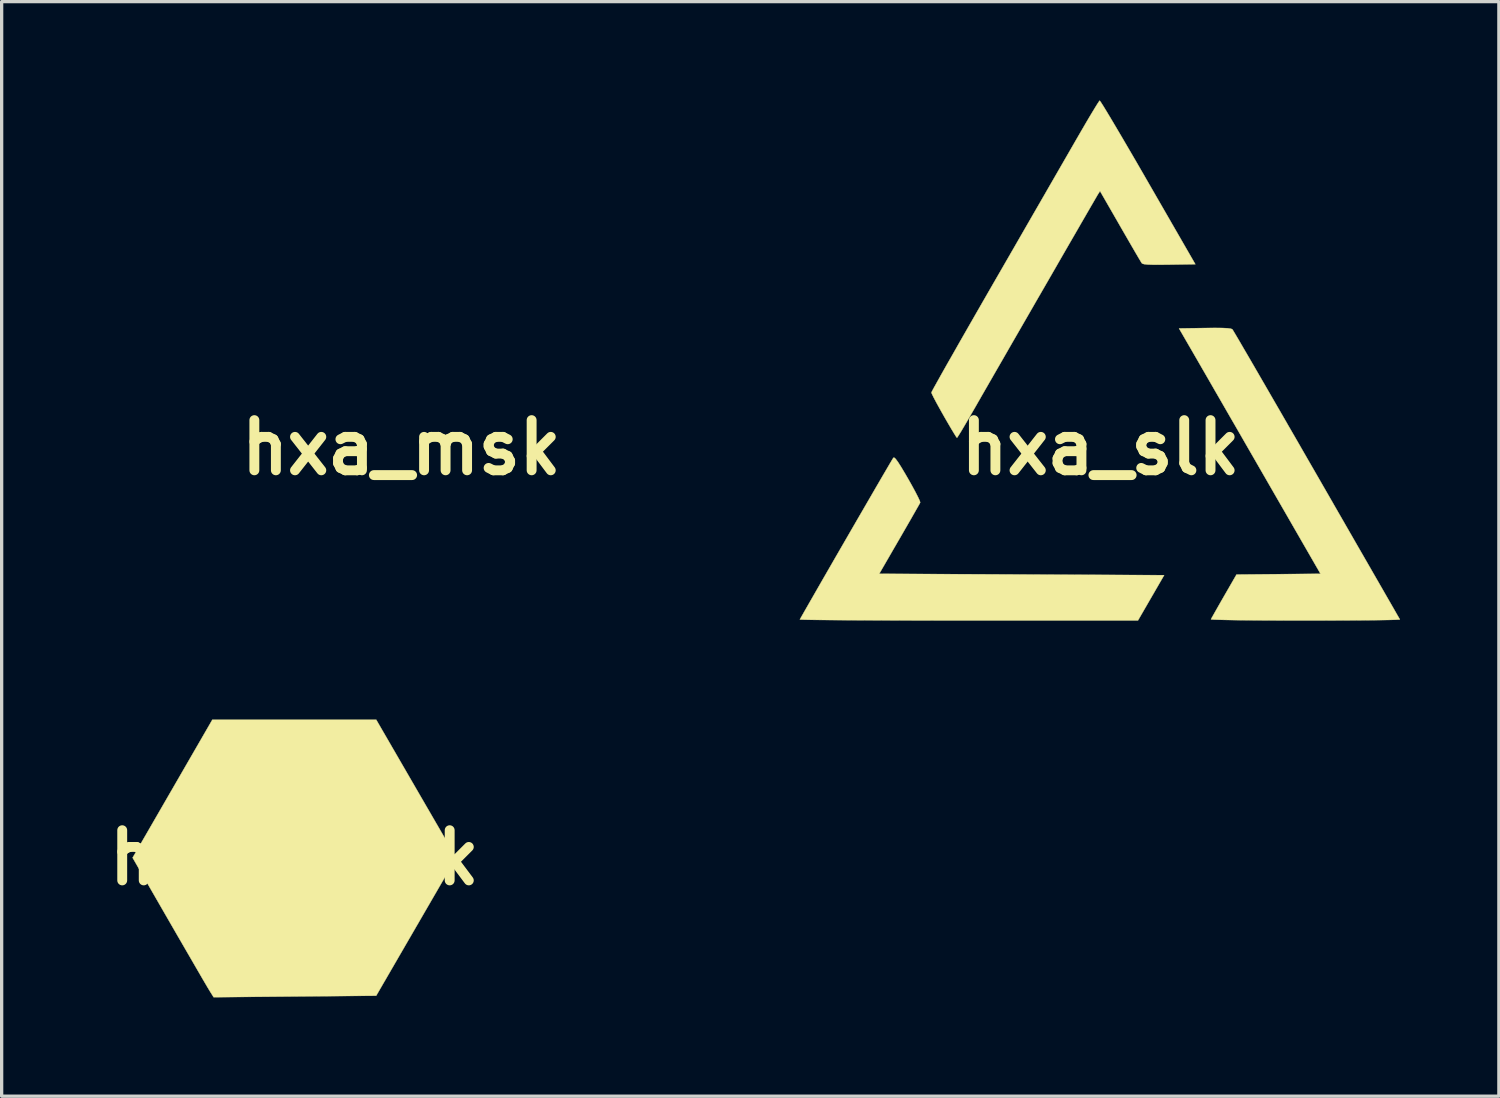
<source format=kicad_pcb>
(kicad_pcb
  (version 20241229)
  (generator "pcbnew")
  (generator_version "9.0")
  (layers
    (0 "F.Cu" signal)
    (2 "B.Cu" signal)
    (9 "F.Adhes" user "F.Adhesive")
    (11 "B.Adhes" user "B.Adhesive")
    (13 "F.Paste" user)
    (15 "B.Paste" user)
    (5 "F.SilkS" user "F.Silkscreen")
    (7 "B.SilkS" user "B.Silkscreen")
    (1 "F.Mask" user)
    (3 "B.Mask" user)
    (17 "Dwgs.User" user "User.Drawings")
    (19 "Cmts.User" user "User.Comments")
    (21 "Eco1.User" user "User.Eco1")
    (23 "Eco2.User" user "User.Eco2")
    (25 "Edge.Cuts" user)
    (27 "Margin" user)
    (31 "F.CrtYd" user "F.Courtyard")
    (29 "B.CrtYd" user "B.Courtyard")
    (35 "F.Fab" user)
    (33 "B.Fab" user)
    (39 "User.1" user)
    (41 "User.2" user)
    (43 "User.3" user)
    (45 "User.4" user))
  (footprint "hxa_msk"
    (layer "F.Cu")
    (at 9.136 10.54)
    (property "Reference" "hxa_msk" (at 0 0 0) (layer "F.SilkS") (effects (font (size 1.524 1.524) (thickness 0.3))))
    (attr through_hole)
    (fp_poly (pts (xy -6.218 0.347) (xy -6.15 0.439) (xy -6.055 0.588) (xy -5.927 0.803) (xy -5.849 0.937) (xy -5.726 1.155) (xy -5.621 1.349) (xy -5.54 1.508) (xy -5.489 1.618) (xy -5.476 1.667) (xy -5.501 1.715) (xy -5.564 1.826) (xy -5.658 1.991) (xy -5.777 2.2) (xy -5.918 2.444) (xy -6.073 2.713) (xy -6.108 2.773) (xy -6.72 3.831) (xy -2.394 3.852) (xy 1.931 3.873) (xy 1.533 4.561) (xy 1.135 5.249) (xy -4.007 5.249) (xy -4.659 5.249) (xy -5.286 5.248) (xy -5.885 5.247) (xy -6.449 5.245) (xy -6.973 5.243) (xy -7.453 5.241) (xy -7.883 5.238) (xy -8.257 5.235) (xy -8.572 5.232) (xy -8.822 5.229) (xy -9.001 5.225) (xy -9.105 5.221) (xy -9.131 5.218) (xy -8.998 4.984) (xy -8.84 4.708) (xy -8.661 4.396) (xy -8.466 4.056) (xy -8.258 3.695) (xy -8.042 3.319) (xy -7.821 2.937) (xy -7.6 2.555) (xy -7.384 2.181) (xy -7.175 1.821) (xy -6.979 1.483) (xy -6.8 1.174) (xy -6.641 0.901) (xy -6.506 0.67) (xy -6.401 0.491) (xy -6.328 0.368) (xy -6.293 0.311) (xy -6.29 0.307) (xy -6.263 0.305) (xy -6.218 0.347)) (stroke (width 0.01) (type solid)) (fill yes) (layer "F.Mask"))
    (fp_poly (pts (xy 3.688 -3.632) (xy 3.845 -3.625) (xy 3.944 -3.613) (xy 3.996 -3.595) (xy 4.003 -3.589) (xy 4.03 -3.546) (xy 4.097 -3.434) (xy 4.201 -3.258) (xy 4.338 -3.022) (xy 4.508 -2.731) (xy 4.706 -2.39) (xy 4.93 -2.003) (xy 5.178 -1.574) (xy 5.447 -1.109) (xy 5.734 -0.611) (xy 6.037 -0.086) (xy 6.352 0.462) (xy 6.562 0.826) (xy 6.884 1.385) (xy 7.194 1.925) (xy 7.49 2.439) (xy 7.769 2.925) (xy 8.029 3.376) (xy 8.266 3.788) (xy 8.479 4.158) (xy 8.664 4.48) (xy 8.819 4.749) (xy 8.941 4.962) (xy 9.028 5.114) (xy 9.078 5.199) (xy 9.088 5.218) (xy 9.05 5.223) (xy 8.934 5.228) (xy 8.747 5.233) (xy 8.496 5.237) (xy 8.188 5.241) (xy 7.828 5.244) (xy 7.425 5.246) (xy 6.985 5.248) (xy 6.515 5.249) (xy 6.222 5.249) (xy 5.737 5.249) (xy 5.278 5.247) (xy 4.851 5.245) (xy 4.464 5.242) (xy 4.124 5.238) (xy 3.837 5.233) (xy 3.611 5.228) (xy 3.451 5.223) (xy 3.365 5.217) (xy 3.351 5.213) (xy 3.376 5.166) (xy 3.436 5.059) (xy 3.525 4.902) (xy 3.634 4.71) (xy 3.746 4.515) (xy 4.127 3.854) (xy 5.402 3.842) (xy 6.677 3.831) (xy 5.019 0.953) (xy 4.743 0.474) (xy 4.468 -0.003) (xy 4.2 -0.469) (xy 3.941 -0.917) (xy 3.698 -1.339) (xy 3.474 -1.727) (xy 3.275 -2.073) (xy 3.104 -2.369) (xy 2.967 -2.607) (xy 2.871 -2.773) (xy 2.381 -3.619) (xy 3.167 -3.631) (xy 3.465 -3.634) (xy 3.688 -3.632)) (stroke (width 0.01) (type solid)) (fill yes) (layer "F.Mask"))
    (fp_poly (pts (xy -0.001 -10.502) (xy 0.065 -10.4) (xy 0.165 -10.237) (xy 0.297 -10.018) (xy 0.456 -9.75) (xy 0.64 -9.438) (xy 0.845 -9.088) (xy 1.068 -8.706) (xy 1.304 -8.298) (xy 1.443 -8.056) (xy 2.878 -5.567) (xy 2.085 -5.555) (xy 1.795 -5.552) (xy 1.58 -5.553) (xy 1.428 -5.558) (xy 1.328 -5.569) (xy 1.271 -5.585) (xy 1.249 -5.602) (xy 1.218 -5.653) (xy 1.15 -5.767) (xy 1.051 -5.936) (xy 0.928 -6.148) (xy 0.786 -6.394) (xy 0.629 -6.665) (xy 0.595 -6.725) (xy -0.017 -7.789) (xy -0.09 -7.673) (xy -0.121 -7.62) (xy -0.19 -7.501) (xy -0.295 -7.32) (xy -0.431 -7.085) (xy -0.595 -6.802) (xy -0.782 -6.477) (xy -0.991 -6.116) (xy -1.216 -5.726) (xy -1.454 -5.312) (xy -1.702 -4.882) (xy -1.957 -4.441) (xy -2.213 -3.996) (xy -2.468 -3.554) (xy -2.719 -3.119) (xy -2.96 -2.699) (xy -3.19 -2.3) (xy -3.404 -1.928) (xy -3.599 -1.589) (xy -3.77 -1.29) (xy -3.909 -1.049) (xy -4.04 -0.822) (xy -4.156 -0.624) (xy -4.252 -0.463) (xy -4.322 -0.352) (xy -4.357 -0.3) (xy -4.36 -0.298) (xy -4.387 -0.333) (xy -4.448 -0.43) (xy -4.537 -0.578) (xy -4.646 -0.764) (xy -4.759 -0.96) (xy -4.88 -1.175) (xy -4.986 -1.367) (xy -5.068 -1.522) (xy -5.12 -1.628) (xy -5.136 -1.671) (xy -5.116 -1.715) (xy -5.056 -1.826) (xy -4.959 -2) (xy -4.83 -2.231) (xy -4.67 -2.515) (xy -4.482 -2.844) (xy -4.271 -3.216) (xy -4.038 -3.623) (xy -3.787 -4.061) (xy -3.521 -4.524) (xy -3.272 -4.957) (xy -2.975 -5.471) (xy -2.677 -5.988) (xy -2.382 -6.5) (xy -2.095 -6.999) (xy -1.819 -7.477) (xy -1.561 -7.925) (xy -1.324 -8.336) (xy -1.113 -8.702) (xy -0.933 -9.014) (xy -0.789 -9.265) (xy -0.735 -9.358) (xy -0.57 -9.643) (xy -0.418 -9.904) (xy -0.283 -10.131) (xy -0.171 -10.316) (xy -0.088 -10.45) (xy -0.038 -10.524) (xy -0.027 -10.535) (xy -0.001 -10.502)) (stroke (width 0.01) (type solid)) (fill yes) (layer "F.Mask")))
  (footprint "hxa_slk"
    (layer "F.Cu")
    (at 30.365 10.54)
    (property "Reference" "hxa_slk" (at 0 0 0) (layer "F.SilkS") (effects (font (size 1.524 1.524) (thickness 0.3))))
    (attr through_hole)
    (fp_poly (pts (xy -6.218 0.347) (xy -6.15 0.439) (xy -6.055 0.588) (xy -5.927 0.803) (xy -5.849 0.937) (xy -5.726 1.155) (xy -5.621 1.349) (xy -5.54 1.508) (xy -5.489 1.618) (xy -5.476 1.667) (xy -5.501 1.715) (xy -5.564 1.826) (xy -5.658 1.991) (xy -5.777 2.2) (xy -5.918 2.444) (xy -6.073 2.713) (xy -6.108 2.773) (xy -6.72 3.831) (xy -2.394 3.852) (xy 1.931 3.873) (xy 1.533 4.561) (xy 1.135 5.249) (xy -4.007 5.249) (xy -4.659 5.249) (xy -5.286 5.248) (xy -5.885 5.247) (xy -6.449 5.245) (xy -6.973 5.243) (xy -7.453 5.241) (xy -7.883 5.238) (xy -8.257 5.235) (xy -8.572 5.232) (xy -8.822 5.229) (xy -9.001 5.225) (xy -9.105 5.221) (xy -9.131 5.218) (xy -8.998 4.984) (xy -8.84 4.708) (xy -8.661 4.396) (xy -8.466 4.056) (xy -8.258 3.695) (xy -8.042 3.319) (xy -7.821 2.937) (xy -7.6 2.555) (xy -7.384 2.181) (xy -7.175 1.821) (xy -6.979 1.483) (xy -6.8 1.174) (xy -6.641 0.901) (xy -6.506 0.67) (xy -6.401 0.491) (xy -6.328 0.368) (xy -6.293 0.311) (xy -6.29 0.307) (xy -6.263 0.305) (xy -6.218 0.347)) (stroke (width 0.01) (type solid)) (fill yes) (layer "F.SilkS"))
    (fp_poly (pts (xy 3.688 -3.632) (xy 3.845 -3.625) (xy 3.944 -3.613) (xy 3.996 -3.595) (xy 4.003 -3.589) (xy 4.03 -3.546) (xy 4.097 -3.434) (xy 4.201 -3.258) (xy 4.338 -3.022) (xy 4.508 -2.731) (xy 4.706 -2.39) (xy 4.93 -2.003) (xy 5.178 -1.574) (xy 5.447 -1.109) (xy 5.734 -0.611) (xy 6.037 -0.086) (xy 6.352 0.462) (xy 6.562 0.826) (xy 6.884 1.385) (xy 7.194 1.925) (xy 7.49 2.439) (xy 7.769 2.925) (xy 8.029 3.376) (xy 8.266 3.788) (xy 8.479 4.158) (xy 8.664 4.48) (xy 8.819 4.749) (xy 8.941 4.962) (xy 9.028 5.114) (xy 9.078 5.199) (xy 9.088 5.218) (xy 9.05 5.223) (xy 8.934 5.228) (xy 8.747 5.233) (xy 8.496 5.237) (xy 8.188 5.241) (xy 7.828 5.244) (xy 7.425 5.246) (xy 6.985 5.248) (xy 6.515 5.249) (xy 6.222 5.249) (xy 5.737 5.249) (xy 5.278 5.247) (xy 4.851 5.245) (xy 4.464 5.242) (xy 4.124 5.238) (xy 3.837 5.233) (xy 3.611 5.228) (xy 3.451 5.223) (xy 3.365 5.217) (xy 3.351 5.213) (xy 3.376 5.166) (xy 3.436 5.059) (xy 3.525 4.902) (xy 3.634 4.71) (xy 3.746 4.515) (xy 4.127 3.854) (xy 5.402 3.842) (xy 6.677 3.831) (xy 5.019 0.953) (xy 4.743 0.474) (xy 4.468 -0.003) (xy 4.2 -0.469) (xy 3.941 -0.917) (xy 3.698 -1.339) (xy 3.474 -1.727) (xy 3.275 -2.073) (xy 3.104 -2.369) (xy 2.967 -2.607) (xy 2.871 -2.773) (xy 2.381 -3.619) (xy 3.167 -3.631) (xy 3.465 -3.634) (xy 3.688 -3.632)) (stroke (width 0.01) (type solid)) (fill yes) (layer "F.SilkS"))
    (fp_poly (pts (xy -0.001 -10.502) (xy 0.065 -10.4) (xy 0.165 -10.237) (xy 0.297 -10.018) (xy 0.456 -9.75) (xy 0.64 -9.438) (xy 0.845 -9.088) (xy 1.068 -8.706) (xy 1.304 -8.298) (xy 1.443 -8.056) (xy 2.878 -5.567) (xy 2.085 -5.555) (xy 1.795 -5.552) (xy 1.58 -5.553) (xy 1.428 -5.558) (xy 1.328 -5.569) (xy 1.271 -5.585) (xy 1.249 -5.602) (xy 1.218 -5.653) (xy 1.15 -5.767) (xy 1.051 -5.936) (xy 0.928 -6.148) (xy 0.786 -6.394) (xy 0.629 -6.665) (xy 0.595 -6.725) (xy -0.017 -7.789) (xy -0.09 -7.673) (xy -0.121 -7.62) (xy -0.19 -7.501) (xy -0.295 -7.32) (xy -0.431 -7.085) (xy -0.595 -6.802) (xy -0.782 -6.477) (xy -0.991 -6.116) (xy -1.216 -5.726) (xy -1.454 -5.312) (xy -1.702 -4.882) (xy -1.957 -4.441) (xy -2.213 -3.996) (xy -2.468 -3.554) (xy -2.719 -3.119) (xy -2.96 -2.699) (xy -3.19 -2.3) (xy -3.404 -1.928) (xy -3.599 -1.589) (xy -3.77 -1.29) (xy -3.909 -1.049) (xy -4.04 -0.822) (xy -4.156 -0.624) (xy -4.252 -0.463) (xy -4.322 -0.352) (xy -4.357 -0.3) (xy -4.36 -0.298) (xy -4.387 -0.333) (xy -4.448 -0.43) (xy -4.537 -0.578) (xy -4.646 -0.764) (xy -4.759 -0.96) (xy -4.88 -1.175) (xy -4.986 -1.367) (xy -5.068 -1.522) (xy -5.12 -1.628) (xy -5.136 -1.671) (xy -5.116 -1.715) (xy -5.056 -1.826) (xy -4.959 -2) (xy -4.83 -2.231) (xy -4.67 -2.515) (xy -4.482 -2.844) (xy -4.271 -3.216) (xy -4.038 -3.623) (xy -3.787 -4.061) (xy -3.521 -4.524) (xy -3.272 -4.957) (xy -2.975 -5.471) (xy -2.677 -5.988) (xy -2.382 -6.5) (xy -2.095 -6.999) (xy -1.819 -7.477) (xy -1.561 -7.925) (xy -1.324 -8.336) (xy -1.113 -8.702) (xy -0.933 -9.014) (xy -0.789 -9.265) (xy -0.735 -9.358) (xy -0.57 -9.643) (xy -0.418 -9.904) (xy -0.283 -10.131) (xy -0.171 -10.316) (xy -0.088 -10.45) (xy -0.038 -10.524) (xy -0.027 -10.535) (xy -0.001 -10.502)) (stroke (width 0.01) (type solid)) (fill yes) (layer "F.SilkS")))
  (footprint "hxafillsilk"
    (layer "F.Cu")
    (at 5.886 22.991)
    (property "Reference" "hxafillsilk" (at 0 0 0) (layer "F.SilkS") (effects (font (size 1.524 1.524) (thickness 0.3))))
    (attr through_hole)
    (fp_poly (pts (xy 3.7 -2.095) (xy 4.915 0) (xy 2.486 4.191) (xy 0.018 4.213) (xy -2.45 4.236) (xy -2.57 4.044) (xy -2.644 3.921) (xy -2.79 3.672) (xy -2.994 3.32) (xy -3.245 2.887) (xy -3.53 2.395) (xy -3.8 1.927) (xy -4.91 0.001) (xy -3.699 -2.095) (xy -2.488 -4.191) (xy 2.486 -4.191) (xy 3.7 -2.095)) (stroke (width 0.01) (type solid)) (fill yes) (layer "F.SilkS")))
  (gr_rect
    (start -3 -3)
    (end 42.458 30.232)
    (stroke (width 0.1) (type default))
    (fill no)
    (layer "Edge.Cuts")))
</source>
